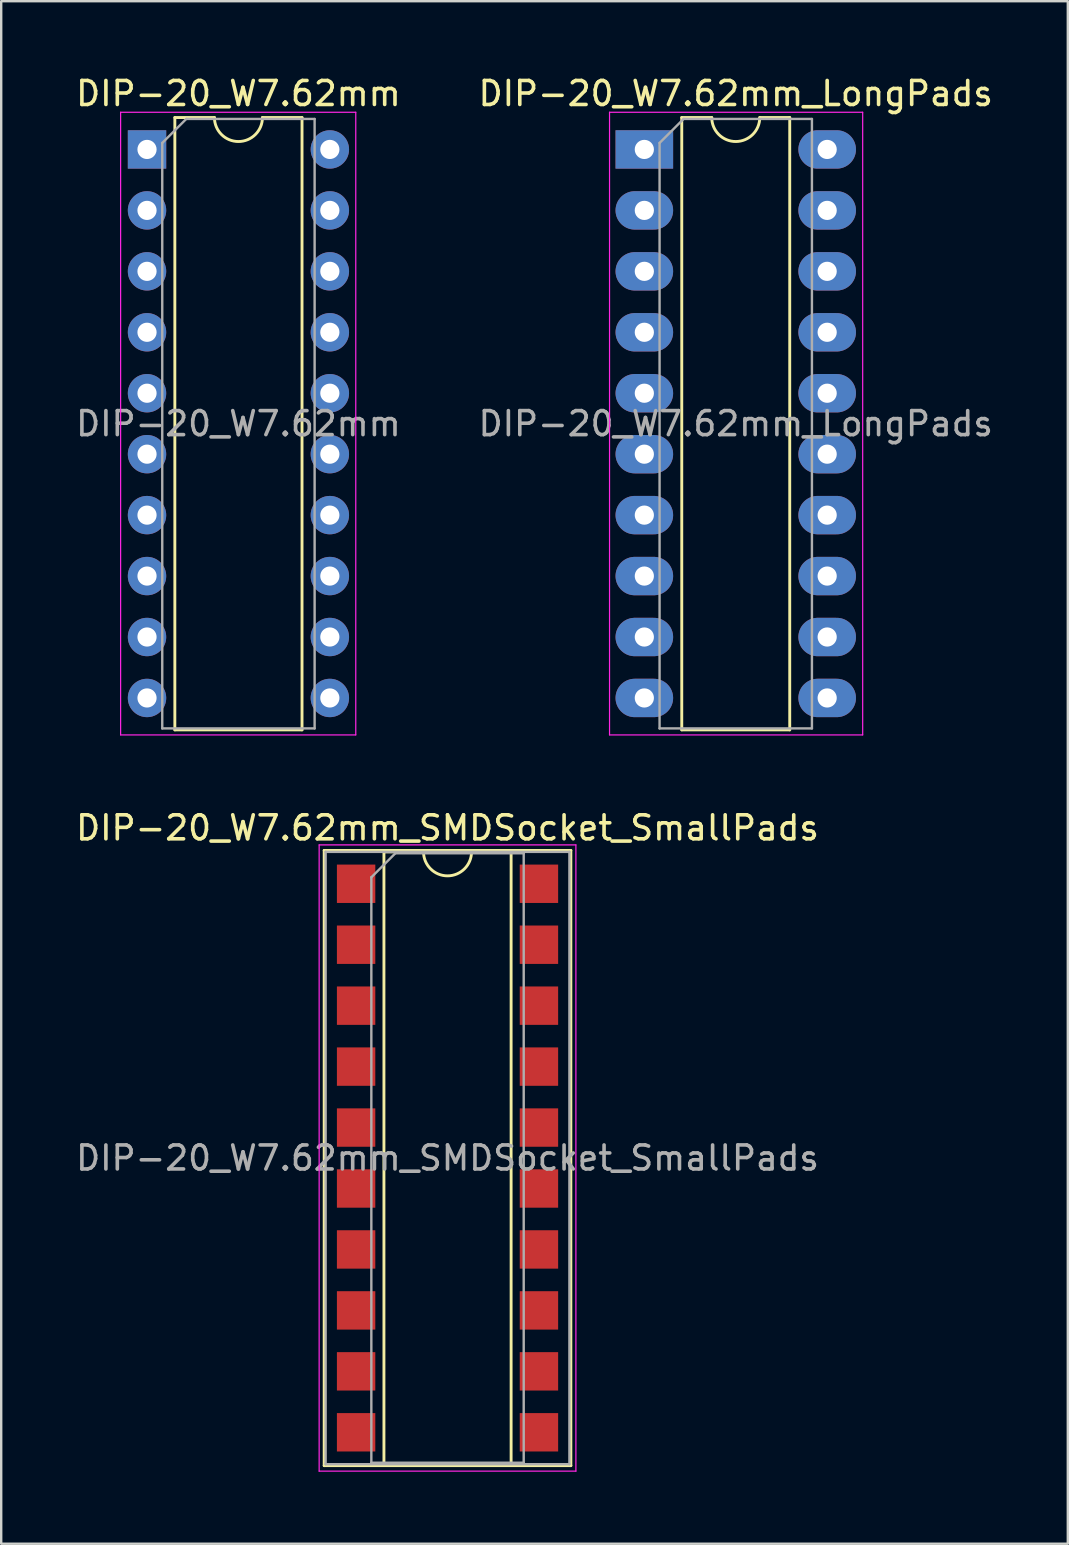
<source format=kicad_pcb>
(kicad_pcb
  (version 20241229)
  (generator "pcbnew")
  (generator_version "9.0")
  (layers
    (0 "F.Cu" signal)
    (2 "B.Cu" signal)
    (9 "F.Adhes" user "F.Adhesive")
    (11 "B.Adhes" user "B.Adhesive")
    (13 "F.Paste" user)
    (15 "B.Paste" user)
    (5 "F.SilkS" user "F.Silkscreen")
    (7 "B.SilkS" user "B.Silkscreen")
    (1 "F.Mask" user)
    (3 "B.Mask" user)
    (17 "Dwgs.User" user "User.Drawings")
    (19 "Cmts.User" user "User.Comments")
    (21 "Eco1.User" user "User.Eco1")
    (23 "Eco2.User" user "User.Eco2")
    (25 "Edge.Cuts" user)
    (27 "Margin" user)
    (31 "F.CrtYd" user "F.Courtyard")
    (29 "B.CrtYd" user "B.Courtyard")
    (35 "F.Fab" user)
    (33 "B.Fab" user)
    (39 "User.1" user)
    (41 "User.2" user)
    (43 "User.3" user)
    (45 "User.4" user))
  (footprint "DIP-20_W7.62mm_SMDSocket_SmallPads"
    (layer "F.Cu")
    (at 15.601 45.212)
    (property "Reference" "DIP-20_W7.62mm_SMDSocket_SmallPads" (at 0 -13.76 0) (layer "F.SilkS") (effects (font (size 1 1) (thickness 0.15))))
    (attr smd)
    (fp_line (start -5.14 -12.82) (end -5.14 12.82) (stroke (width 0.12) (type solid)) (layer "F.SilkS"))
    (fp_line (start -5.14 12.82) (end 5.14 12.82) (stroke (width 0.12) (type solid)) (layer "F.SilkS"))
    (fp_line (start -2.65 -12.76) (end -2.65 12.76) (stroke (width 0.12) (type solid)) (layer "F.SilkS"))
    (fp_line (start -2.65 12.76) (end 2.65 12.76) (stroke (width 0.12) (type solid)) (layer "F.SilkS"))
    (fp_line (start -1 -12.76) (end -2.65 -12.76) (stroke (width 0.12) (type solid)) (layer "F.SilkS"))
    (fp_line (start 2.65 -12.76) (end 1 -12.76) (stroke (width 0.12) (type solid)) (layer "F.SilkS"))
    (fp_line (start 2.65 12.76) (end 2.65 -12.76) (stroke (width 0.12) (type solid)) (layer "F.SilkS"))
    (fp_line (start 5.14 -12.82) (end -5.14 -12.82) (stroke (width 0.12) (type solid)) (layer "F.SilkS"))
    (fp_line (start 5.14 12.82) (end 5.14 -12.82) (stroke (width 0.12) (type solid)) (layer "F.SilkS"))
    (fp_arc (start 1 -12.76) (mid 0 -11.76) (end -1 -12.76) (stroke (width 0.12) (type solid)) (layer "F.SilkS"))
    (fp_line (start -5.35 -13.05) (end -5.35 13.05) (stroke (width 0.05) (type solid)) (layer "F.CrtYd"))
    (fp_line (start -5.35 13.05) (end 5.35 13.05) (stroke (width 0.05) (type solid)) (layer "F.CrtYd"))
    (fp_line (start 5.35 -13.05) (end -5.35 -13.05) (stroke (width 0.05) (type solid)) (layer "F.CrtYd"))
    (fp_line (start 5.35 13.05) (end 5.35 -13.05) (stroke (width 0.05) (type solid)) (layer "F.CrtYd"))
    (fp_line (start -5.08 -12.76) (end -5.08 12.76) (stroke (width 0.1) (type solid)) (layer "F.Fab"))
    (fp_line (start -5.08 12.76) (end 5.08 12.76) (stroke (width 0.1) (type solid)) (layer "F.Fab"))
    (fp_line (start -3.175 -11.7) (end -2.175 -12.7) (stroke (width 0.1) (type solid)) (layer "F.Fab"))
    (fp_line (start -3.175 12.7) (end -3.175 -11.7) (stroke (width 0.1) (type solid)) (layer "F.Fab"))
    (fp_line (start -2.175 -12.7) (end 3.175 -12.7) (stroke (width 0.1) (type solid)) (layer "F.Fab"))
    (fp_line (start 3.175 -12.7) (end 3.175 12.7) (stroke (width 0.1) (type solid)) (layer "F.Fab"))
    (fp_line (start 3.175 12.7) (end -3.175 12.7) (stroke (width 0.1) (type solid)) (layer "F.Fab"))
    (fp_line (start 5.08 -12.76) (end -5.08 -12.76) (stroke (width 0.1) (type solid)) (layer "F.Fab"))
    (fp_line (start 5.08 12.76) (end 5.08 -12.76) (stroke (width 0.1) (type solid)) (layer "F.Fab"))
    (fp_text user "${REFERENCE}" (at 0 0 0) (layer "F.Fab") (effects (font (size 1 1) (thickness 0.15))))
    (pad "1" smd rect (at -3.81 -11.43) (size 1.6 1.6) (layers "F.Cu" "F.Mask" "F.Paste"))
    (pad "2" smd rect (at -3.81 -8.89) (size 1.6 1.6) (layers "F.Cu" "F.Mask" "F.Paste"))
    (pad "3" smd rect (at -3.81 -6.35) (size 1.6 1.6) (layers "F.Cu" "F.Mask" "F.Paste"))
    (pad "4" smd rect (at -3.81 -3.81) (size 1.6 1.6) (layers "F.Cu" "F.Mask" "F.Paste"))
    (pad "5" smd rect (at -3.81 -1.27) (size 1.6 1.6) (layers "F.Cu" "F.Mask" "F.Paste"))
    (pad "6" smd rect (at -3.81 1.27) (size 1.6 1.6) (layers "F.Cu" "F.Mask" "F.Paste"))
    (pad "7" smd rect (at -3.81 3.81) (size 1.6 1.6) (layers "F.Cu" "F.Mask" "F.Paste"))
    (pad "8" smd rect (at -3.81 6.35) (size 1.6 1.6) (layers "F.Cu" "F.Mask" "F.Paste"))
    (pad "9" smd rect (at -3.81 8.89) (size 1.6 1.6) (layers "F.Cu" "F.Mask" "F.Paste"))
    (pad "10" smd rect (at -3.81 11.43) (size 1.6 1.6) (layers "F.Cu" "F.Mask" "F.Paste"))
    (pad "11" smd rect (at 3.81 11.43) (size 1.6 1.6) (layers "F.Cu" "F.Mask" "F.Paste"))
    (pad "12" smd rect (at 3.81 8.89) (size 1.6 1.6) (layers "F.Cu" "F.Mask" "F.Paste"))
    (pad "13" smd rect (at 3.81 6.35) (size 1.6 1.6) (layers "F.Cu" "F.Mask" "F.Paste"))
    (pad "14" smd rect (at 3.81 3.81) (size 1.6 1.6) (layers "F.Cu" "F.Mask" "F.Paste"))
    (pad "15" smd rect (at 3.81 1.27) (size 1.6 1.6) (layers "F.Cu" "F.Mask" "F.Paste"))
    (pad "16" smd rect (at 3.81 -1.27) (size 1.6 1.6) (layers "F.Cu" "F.Mask" "F.Paste"))
    (pad "17" smd rect (at 3.81 -3.81) (size 1.6 1.6) (layers "F.Cu" "F.Mask" "F.Paste"))
    (pad "18" smd rect (at 3.81 -6.35) (size 1.6 1.6) (layers "F.Cu" "F.Mask" "F.Paste"))
    (pad "19" smd rect (at 3.81 -8.89) (size 1.6 1.6) (layers "F.Cu" "F.Mask" "F.Paste"))
    (pad "20" smd rect (at 3.81 -11.43) (size 1.6 1.6) (layers "F.Cu" "F.Mask" "F.Paste")))
  (footprint "DIP-20_W7.62mm_LongPads"
    (layer "F.Cu")
    (at 23.803 3.178)
    (property "Reference" "DIP-20_W7.62mm_LongPads" (at 3.81 -2.33 0) (layer "F.SilkS") (effects (font (size 1 1) (thickness 0.15))))
    (attr through_hole)
    (fp_line (start 1.56 -1.33) (end 1.56 24.19) (stroke (width 0.12) (type solid)) (layer "F.SilkS"))
    (fp_line (start 1.56 24.19) (end 6.06 24.19) (stroke (width 0.12) (type solid)) (layer "F.SilkS"))
    (fp_line (start 2.81 -1.33) (end 1.56 -1.33) (stroke (width 0.12) (type solid)) (layer "F.SilkS"))
    (fp_line (start 6.06 -1.33) (end 4.81 -1.33) (stroke (width 0.12) (type solid)) (layer "F.SilkS"))
    (fp_line (start 6.06 24.19) (end 6.06 -1.33) (stroke (width 0.12) (type solid)) (layer "F.SilkS"))
    (fp_arc (start 4.81 -1.33) (mid 3.81 -0.33) (end 2.81 -1.33) (stroke (width 0.12) (type solid)) (layer "F.SilkS"))
    (fp_line (start -1.45 -1.55) (end -1.45 24.4) (stroke (width 0.05) (type solid)) (layer "F.CrtYd"))
    (fp_line (start -1.45 24.4) (end 9.1 24.4) (stroke (width 0.05) (type solid)) (layer "F.CrtYd"))
    (fp_line (start 9.1 -1.55) (end -1.45 -1.55) (stroke (width 0.05) (type solid)) (layer "F.CrtYd"))
    (fp_line (start 9.1 24.4) (end 9.1 -1.55) (stroke (width 0.05) (type solid)) (layer "F.CrtYd"))
    (fp_line (start 0.635 -0.27) (end 1.635 -1.27) (stroke (width 0.1) (type solid)) (layer "F.Fab"))
    (fp_line (start 0.635 24.13) (end 0.635 -0.27) (stroke (width 0.1) (type solid)) (layer "F.Fab"))
    (fp_line (start 1.635 -1.27) (end 6.985 -1.27) (stroke (width 0.1) (type solid)) (layer "F.Fab"))
    (fp_line (start 6.985 -1.27) (end 6.985 24.13) (stroke (width 0.1) (type solid)) (layer "F.Fab"))
    (fp_line (start 6.985 24.13) (end 0.635 24.13) (stroke (width 0.1) (type solid)) (layer "F.Fab"))
    (fp_text user "${REFERENCE}" (at 3.81 11.43 0) (layer "F.Fab") (effects (font (size 1 1) (thickness 0.15))))
    (pad "1" thru_hole rect (at 0 0) (size 2.4 1.6) (drill 0.8) (layers "*.Cu" "*.Mask"))
    (pad "2" thru_hole oval (at 0 2.54) (size 2.4 1.6) (drill 0.8) (layers "*.Cu" "*.Mask"))
    (pad "3" thru_hole oval (at 0 5.08) (size 2.4 1.6) (drill 0.8) (layers "*.Cu" "*.Mask"))
    (pad "4" thru_hole oval (at 0 7.62) (size 2.4 1.6) (drill 0.8) (layers "*.Cu" "*.Mask"))
    (pad "5" thru_hole oval (at 0 10.16) (size 2.4 1.6) (drill 0.8) (layers "*.Cu" "*.Mask"))
    (pad "6" thru_hole oval (at 0 12.7) (size 2.4 1.6) (drill 0.8) (layers "*.Cu" "*.Mask"))
    (pad "7" thru_hole oval (at 0 15.24) (size 2.4 1.6) (drill 0.8) (layers "*.Cu" "*.Mask"))
    (pad "8" thru_hole oval (at 0 17.78) (size 2.4 1.6) (drill 0.8) (layers "*.Cu" "*.Mask"))
    (pad "9" thru_hole oval (at 0 20.32) (size 2.4 1.6) (drill 0.8) (layers "*.Cu" "*.Mask"))
    (pad "10" thru_hole oval (at 0 22.86) (size 2.4 1.6) (drill 0.8) (layers "*.Cu" "*.Mask"))
    (pad "11" thru_hole oval (at 7.62 22.86) (size 2.4 1.6) (drill 0.8) (layers "*.Cu" "*.Mask"))
    (pad "12" thru_hole oval (at 7.62 20.32) (size 2.4 1.6) (drill 0.8) (layers "*.Cu" "*.Mask"))
    (pad "13" thru_hole oval (at 7.62 17.78) (size 2.4 1.6) (drill 0.8) (layers "*.Cu" "*.Mask"))
    (pad "14" thru_hole oval (at 7.62 15.24) (size 2.4 1.6) (drill 0.8) (layers "*.Cu" "*.Mask"))
    (pad "15" thru_hole oval (at 7.62 12.7) (size 2.4 1.6) (drill 0.8) (layers "*.Cu" "*.Mask"))
    (pad "16" thru_hole oval (at 7.62 10.16) (size 2.4 1.6) (drill 0.8) (layers "*.Cu" "*.Mask"))
    (pad "17" thru_hole oval (at 7.62 7.62) (size 2.4 1.6) (drill 0.8) (layers "*.Cu" "*.Mask"))
    (pad "18" thru_hole oval (at 7.62 5.08) (size 2.4 1.6) (drill 0.8) (layers "*.Cu" "*.Mask"))
    (pad "19" thru_hole oval (at 7.62 2.54) (size 2.4 1.6) (drill 0.8) (layers "*.Cu" "*.Mask"))
    (pad "20" thru_hole oval (at 7.62 0) (size 2.4 1.6) (drill 0.8) (layers "*.Cu" "*.Mask")))
  (footprint "DIP-20_W7.62mm"
    (layer "F.Cu")
    (at 3.077 3.178)
    (property "Reference" "DIP-20_W7.62mm" (at 3.81 -2.33 0) (layer "F.SilkS") (effects (font (size 1 1) (thickness 0.15))))
    (attr through_hole)
    (fp_line (start 1.16 -1.33) (end 1.16 24.19) (stroke (width 0.12) (type solid)) (layer "F.SilkS"))
    (fp_line (start 1.16 24.19) (end 6.46 24.19) (stroke (width 0.12) (type solid)) (layer "F.SilkS"))
    (fp_line (start 2.81 -1.33) (end 1.16 -1.33) (stroke (width 0.12) (type solid)) (layer "F.SilkS"))
    (fp_line (start 6.46 -1.33) (end 4.81 -1.33) (stroke (width 0.12) (type solid)) (layer "F.SilkS"))
    (fp_line (start 6.46 24.19) (end 6.46 -1.33) (stroke (width 0.12) (type solid)) (layer "F.SilkS"))
    (fp_arc (start 4.81 -1.33) (mid 3.81 -0.33) (end 2.81 -1.33) (stroke (width 0.12) (type solid)) (layer "F.SilkS"))
    (fp_line (start -1.1 -1.55) (end -1.1 24.4) (stroke (width 0.05) (type solid)) (layer "F.CrtYd"))
    (fp_line (start -1.1 24.4) (end 8.7 24.4) (stroke (width 0.05) (type solid)) (layer "F.CrtYd"))
    (fp_line (start 8.7 -1.55) (end -1.1 -1.55) (stroke (width 0.05) (type solid)) (layer "F.CrtYd"))
    (fp_line (start 8.7 24.4) (end 8.7 -1.55) (stroke (width 0.05) (type solid)) (layer "F.CrtYd"))
    (fp_line (start 0.635 -0.27) (end 1.635 -1.27) (stroke (width 0.1) (type solid)) (layer "F.Fab"))
    (fp_line (start 0.635 24.13) (end 0.635 -0.27) (stroke (width 0.1) (type solid)) (layer "F.Fab"))
    (fp_line (start 1.635 -1.27) (end 6.985 -1.27) (stroke (width 0.1) (type solid)) (layer "F.Fab"))
    (fp_line (start 6.985 -1.27) (end 6.985 24.13) (stroke (width 0.1) (type solid)) (layer "F.Fab"))
    (fp_line (start 6.985 24.13) (end 0.635 24.13) (stroke (width 0.1) (type solid)) (layer "F.Fab"))
    (fp_text user "${REFERENCE}" (at 3.81 11.43 0) (layer "F.Fab") (effects (font (size 1 1) (thickness 0.15))))
    (pad "1" thru_hole rect (at 0 0) (size 1.6 1.6) (drill 0.8) (layers "*.Cu" "*.Mask"))
    (pad "2" thru_hole oval (at 0 2.54) (size 1.6 1.6) (drill 0.8) (layers "*.Cu" "*.Mask"))
    (pad "3" thru_hole oval (at 0 5.08) (size 1.6 1.6) (drill 0.8) (layers "*.Cu" "*.Mask"))
    (pad "4" thru_hole oval (at 0 7.62) (size 1.6 1.6) (drill 0.8) (layers "*.Cu" "*.Mask"))
    (pad "5" thru_hole oval (at 0 10.16) (size 1.6 1.6) (drill 0.8) (layers "*.Cu" "*.Mask"))
    (pad "6" thru_hole oval (at 0 12.7) (size 1.6 1.6) (drill 0.8) (layers "*.Cu" "*.Mask"))
    (pad "7" thru_hole oval (at 0 15.24) (size 1.6 1.6) (drill 0.8) (layers "*.Cu" "*.Mask"))
    (pad "8" thru_hole oval (at 0 17.78) (size 1.6 1.6) (drill 0.8) (layers "*.Cu" "*.Mask"))
    (pad "9" thru_hole oval (at 0 20.32) (size 1.6 1.6) (drill 0.8) (layers "*.Cu" "*.Mask"))
    (pad "10" thru_hole oval (at 0 22.86) (size 1.6 1.6) (drill 0.8) (layers "*.Cu" "*.Mask"))
    (pad "11" thru_hole oval (at 7.62 22.86) (size 1.6 1.6) (drill 0.8) (layers "*.Cu" "*.Mask"))
    (pad "12" thru_hole oval (at 7.62 20.32) (size 1.6 1.6) (drill 0.8) (layers "*.Cu" "*.Mask"))
    (pad "13" thru_hole oval (at 7.62 17.78) (size 1.6 1.6) (drill 0.8) (layers "*.Cu" "*.Mask"))
    (pad "14" thru_hole oval (at 7.62 15.24) (size 1.6 1.6) (drill 0.8) (layers "*.Cu" "*.Mask"))
    (pad "15" thru_hole oval (at 7.62 12.7) (size 1.6 1.6) (drill 0.8) (layers "*.Cu" "*.Mask"))
    (pad "16" thru_hole oval (at 7.62 10.16) (size 1.6 1.6) (drill 0.8) (layers "*.Cu" "*.Mask"))
    (pad "17" thru_hole oval (at 7.62 7.62) (size 1.6 1.6) (drill 0.8) (layers "*.Cu" "*.Mask"))
    (pad "18" thru_hole oval (at 7.62 5.08) (size 1.6 1.6) (drill 0.8) (layers "*.Cu" "*.Mask"))
    (pad "19" thru_hole oval (at 7.62 2.54) (size 1.6 1.6) (drill 0.8) (layers "*.Cu" "*.Mask"))
    (pad "20" thru_hole oval (at 7.62 0) (size 1.6 1.6) (drill 0.8) (layers "*.Cu" "*.Mask")))
  (gr_rect
    (start -3 -3)
    (end 41.452 61.286)
    (stroke (width 0.1) (type default))
    (fill no)
    (layer "Edge.Cuts")))
</source>
